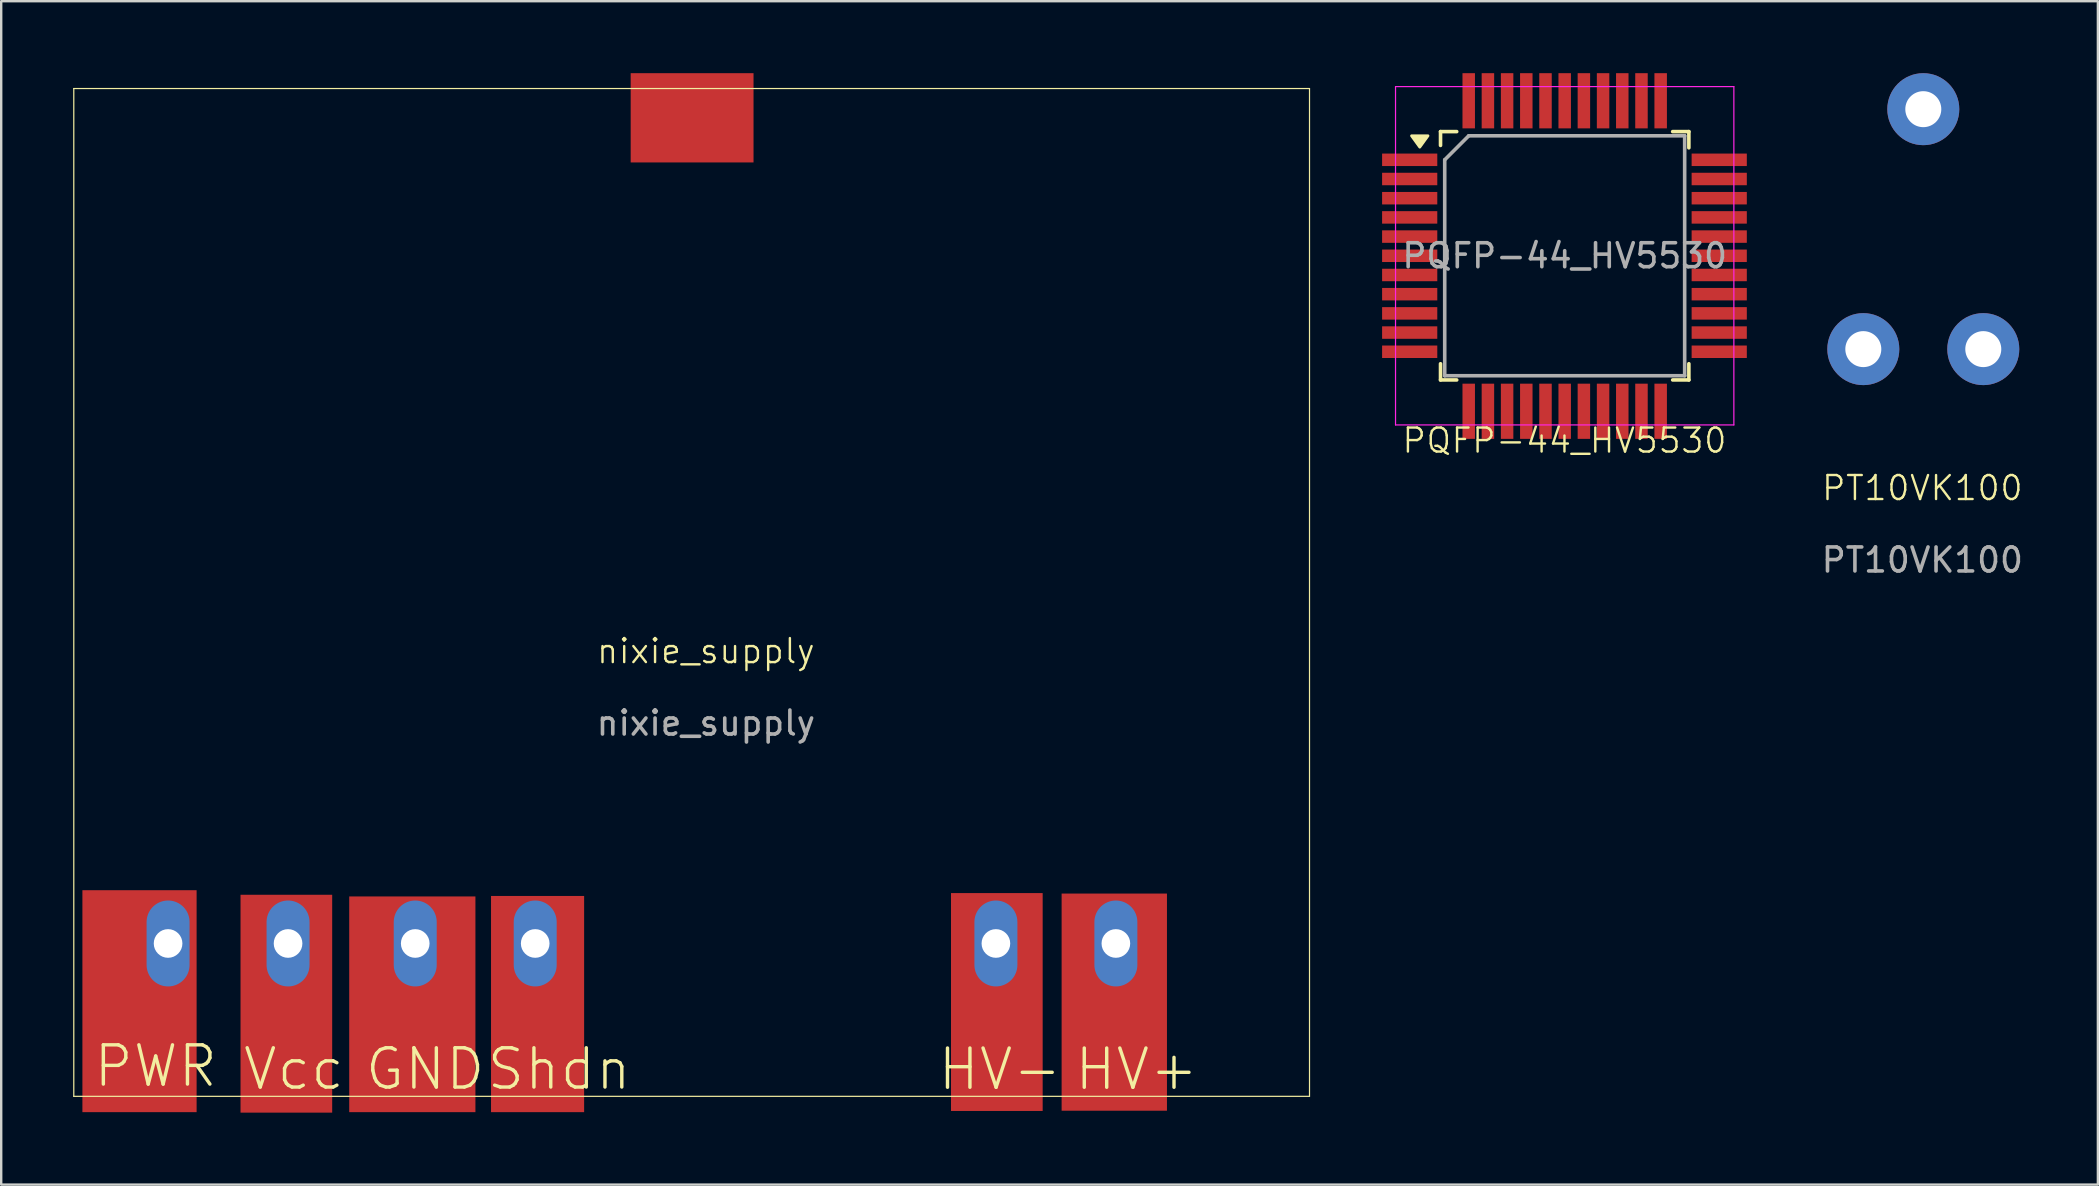
<source format=kicad_pcb>
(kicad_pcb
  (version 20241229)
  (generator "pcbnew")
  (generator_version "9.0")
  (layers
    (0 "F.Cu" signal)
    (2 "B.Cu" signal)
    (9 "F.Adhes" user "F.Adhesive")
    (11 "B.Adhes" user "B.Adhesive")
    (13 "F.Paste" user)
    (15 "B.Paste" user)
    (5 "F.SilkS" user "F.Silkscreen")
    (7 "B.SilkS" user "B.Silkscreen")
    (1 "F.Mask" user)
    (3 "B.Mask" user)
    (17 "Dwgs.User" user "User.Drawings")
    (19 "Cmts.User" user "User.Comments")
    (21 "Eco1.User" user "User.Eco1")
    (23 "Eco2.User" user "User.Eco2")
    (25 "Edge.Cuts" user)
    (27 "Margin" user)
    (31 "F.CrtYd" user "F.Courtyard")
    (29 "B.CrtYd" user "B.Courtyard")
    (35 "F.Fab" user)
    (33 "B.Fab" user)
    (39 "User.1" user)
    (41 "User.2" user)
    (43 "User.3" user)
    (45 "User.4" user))
  (footprint "nixie_supply"
    (layer "F.Cu")
    (at 26.329 22.915)
    (property "Reference" "nixie_supply" (at 0.04 1.17 0) (unlocked yes) (layer "F.SilkS") (effects (font (size 1 1) (thickness 0.1))))
    (attr smd)
    (fp_line (start -26.304 -22.275) (end -26.304 19.725) (stroke (width 0.05) (type solid)) (layer "F.SilkS"))
    (fp_line (start -26.304 19.725) (end 25.196 19.725) (stroke (width 0.05) (type solid)) (layer "F.SilkS"))
    (fp_line (start 25.196 -22.275) (end -26.304 -22.275) (stroke (width 0.05) (type solid)) (layer "F.SilkS"))
    (fp_line (start 25.196 19.725) (end 25.196 -22.275) (stroke (width 0.05) (type solid)) (layer "F.SilkS"))
    (fp_rect (start -25.955 11.122) (end -21.155 19.722) (stroke (width 0.1) (type default)) (fill no) (layer "User.1"))
    (fp_rect (start -19.355 11.322) (end -15.505 19.722) (stroke (width 0.1) (type default)) (fill no) (layer "User.1"))
    (fp_rect (start -14.805 11.392) (end -9.555 19.722) (stroke (width 0.1) (type default)) (fill no) (layer "User.1"))
    (fp_rect (start -8.905 11.372) (end -5.055 19.672) (stroke (width 0.1) (type default)) (fill no) (layer "User.1"))
    (fp_rect (start -3.055 -22.278) (end 1.995 -19.228) (stroke (width 0.1) (type default)) (fill no) (layer "User.1"))
    (fp_rect (start 10.195 11.222) (end 14.045 19.722) (stroke (width 0.1) (type default)) (fill no) (layer "User.1"))
    (fp_rect (start 14.845 11.222) (end 19.295 19.722) (stroke (width 0.1) (type default)) (fill no) (layer "User.1"))
    (fp_text user "Shdn" (at -9.168 19.545 0) (unlocked yes) (layer "F.SilkS") (effects (font (size 1.636 1.636) (thickness 0.142)) (justify left bottom)))
    (fp_text user "HV-" (at 9.626 19.555 0) (unlocked yes) (layer "F.SilkS") (effects (font (size 1.636 1.636) (thickness 0.142)) (justify left bottom)))
    (fp_text user "HV+" (at 15.326 19.555 0) (unlocked yes) (layer "F.SilkS") (effects (font (size 1.636 1.636) (thickness 0.142)) (justify left bottom)))
    (fp_text user "GND" (at -14.248 19.545 0) (unlocked yes) (layer "F.SilkS") (effects (font (size 1.636 1.636) (thickness 0.142)) (justify left bottom)))
    (fp_text user "Vcc" (at -19.328 19.545 0) (unlocked yes) (layer "F.SilkS") (effects (font (size 1.636 1.636) (thickness 0.142)) (justify left bottom)))
    (fp_text user "PWR" (at -25.555 19.422 0) (unlocked yes) (layer "F.SilkS") (effects (font (size 1.636 1.636) (thickness 0.142)) (justify left bottom)))
    (fp_text user "${REFERENCE}" (at 0.04 4.17 0) (unlocked yes) (layer "F.Fab") (effects (font (size 1 1) (thickness 0.15))))
    (pad "1" smd rect (at -23.565 15.76 90) (size 9.25 4.76) (layers "F.Cu" "F.Mask" "F.Paste"))
    (pad "1" thru_hole oval (at -22.374 13.355 90) (size 3.581 1.791) (drill 1.194) (layers "*.Cu" "*.Mask"))
    (pad "2" smd rect (at -17.445 15.865 90) (size 9.08 3.82) (layers "F.Cu" "F.Mask" "F.Paste"))
    (pad "2" thru_hole oval (at -17.374 13.355 90) (size 3.581 1.791) (drill 1.194) (layers "*.Cu" "*.Mask"))
    (pad "3" smd rect (at -12.195 15.89 90) (size 8.99 5.26) (layers "F.Cu" "F.Mask" "F.Paste"))
    (pad "3" thru_hole oval (at -12.074 13.355 90) (size 3.581 1.791) (drill 1.194) (layers "*.Cu" "*.Mask"))
    (pad "4" thru_hole oval (at -7.074 13.355 90) (size 3.581 1.791) (drill 1.194) (layers "*.Cu" "*.Mask"))
    (pad "4" smd rect (at -6.975 15.88 90) (size 9.01 3.88) (layers "F.Cu" "F.Mask" "F.Paste"))
    (pad "5" thru_hole oval (at 12.126 13.355 90) (size 3.581 1.791) (drill 1.194) (layers "*.Cu" "*.Mask"))
    (pad "5" smd rect (at 12.165 15.795 90) (size 9.08 3.82) (layers "F.Cu" "F.Mask" "F.Paste"))
    (pad "6" smd rect (at 17.06 15.8 90) (size 9.05 4.39) (layers "F.Cu" "F.Mask" "F.Paste"))
    (pad "6" thru_hole oval (at 17.126 13.355 90) (size 3.581 1.791) (drill 1.194) (layers "*.Cu" "*.Mask"))
    (pad "7" smd rect (at -0.535 -21.055) (size 5.12 3.72) (layers "F.Cu" "F.Mask" "F.Paste"))
    (zone (net_name "") (layers "F.Cu" "B.Cu" "F.CrtYd") (hatch edge 0.5) (connect_pads) (min_thickness 0.25) (filled_areas_thickness no) (keepout (tracks not_allowed) (vias not_allowed) (pads not_allowed) (copperpour allowed) (footprints allowed)) (placement (enabled no)) (fill) (polygon (pts (xy 20.444 7.92) (xy 20.444 19.35) (xy 20.084 19.71) (xy 4.064 19.71) (xy 4.064 7.94) (xy 4.084 7.92)))))
  (footprint "PQFP-44_HV5530"
    (layer "F.Cu")
    (at 62.15 7.63)
    (property "Reference" "PQFP-44_HV5530" (at 0 7.68 0) (unlocked yes) (layer "F.SilkS") (effects (font (size 1 1) (thickness 0.1))))
    (attr smd)
    (fp_line (start -5.165 -5.195) (end -5.165 -4.62) (stroke (width 0.15) (type solid)) (layer "F.SilkS"))
    (fp_line (start -5.165 -5.195) (end -4.49 -5.195) (stroke (width 0.15) (type solid)) (layer "F.SilkS"))
    (fp_line (start -5.165 5.155) (end -5.165 4.48) (stroke (width 0.15) (type solid)) (layer "F.SilkS"))
    (fp_line (start -5.165 5.155) (end -4.49 5.155) (stroke (width 0.15) (type solid)) (layer "F.SilkS"))
    (fp_line (start 5.185 -5.195) (end 4.51 -5.195) (stroke (width 0.15) (type solid)) (layer "F.SilkS"))
    (fp_line (start 5.185 -5.195) (end 5.185 -4.52) (stroke (width 0.15) (type solid)) (layer "F.SilkS"))
    (fp_line (start 5.185 5.155) (end 4.51 5.155) (stroke (width 0.15) (type solid)) (layer "F.SilkS"))
    (fp_line (start 5.185 5.155) (end 5.185 4.48) (stroke (width 0.15) (type solid)) (layer "F.SilkS"))
    (fp_poly (pts (xy -6.03 -4.55) (xy -6.37 -5.02) (xy -5.69 -5.02) (xy -6.03 -4.55)) (stroke (width 0.12) (type solid)) (fill yes) (layer "F.SilkS"))
    (fp_line (start -7.04 -7.07) (end -7.04 7.03) (stroke (width 0.05) (type solid)) (layer "F.CrtYd"))
    (fp_line (start -7.04 -7.07) (end 7.06 -7.07) (stroke (width 0.05) (type solid)) (layer "F.CrtYd"))
    (fp_line (start -7.04 7.03) (end 7.06 7.03) (stroke (width 0.05) (type solid)) (layer "F.CrtYd"))
    (fp_line (start 7.06 -7.07) (end 7.06 7.03) (stroke (width 0.05) (type solid)) (layer "F.CrtYd"))
    (fp_line (start -4.99 -4.02) (end -3.99 -5.02) (stroke (width 0.15) (type solid)) (layer "F.Fab"))
    (fp_line (start -4.99 4.98) (end -4.99 -4.02) (stroke (width 0.15) (type solid)) (layer "F.Fab"))
    (fp_line (start -3.99 -5.02) (end 5.01 -5.02) (stroke (width 0.15) (type solid)) (layer "F.Fab"))
    (fp_line (start 5.01 -5.02) (end 5.01 4.98) (stroke (width 0.15) (type solid)) (layer "F.Fab"))
    (fp_line (start 5.01 4.98) (end -4.99 4.98) (stroke (width 0.15) (type solid)) (layer "F.Fab"))
    (fp_text user "${REFERENCE}" (at 0.01 -0.02 0) (layer "F.Fab") (effects (font (size 1 1) (thickness 0.15))))
    (pad "1" smd rect (at -6.45 -4.02) (size 2.3 0.52) (layers "F.Cu" "F.Mask" "F.Paste"))
    (pad "2" smd rect (at -6.45 -3.22) (size 2.3 0.52) (layers "F.Cu" "F.Mask" "F.Paste"))
    (pad "3" smd rect (at -6.45 -2.42) (size 2.3 0.52) (layers "F.Cu" "F.Mask" "F.Paste"))
    (pad "4" smd rect (at -6.45 -1.62) (size 2.3 0.52) (layers "F.Cu" "F.Mask" "F.Paste"))
    (pad "5" smd rect (at -6.45 -0.82) (size 2.3 0.52) (layers "F.Cu" "F.Mask" "F.Paste"))
    (pad "6" smd rect (at -6.45 -0.02) (size 2.3 0.52) (layers "F.Cu" "F.Mask" "F.Paste"))
    (pad "7" smd rect (at -6.45 0.78) (size 2.3 0.52) (layers "F.Cu" "F.Mask" "F.Paste"))
    (pad "8" smd rect (at -6.45 1.58) (size 2.3 0.52) (layers "F.Cu" "F.Mask" "F.Paste"))
    (pad "9" smd rect (at -6.45 2.38) (size 2.3 0.52) (layers "F.Cu" "F.Mask" "F.Paste"))
    (pad "10" smd rect (at -6.45 3.18) (size 2.3 0.52) (layers "F.Cu" "F.Mask" "F.Paste"))
    (pad "11" smd rect (at -6.45 3.98) (size 2.3 0.52) (layers "F.Cu" "F.Mask" "F.Paste"))
    (pad "12" smd rect (at -3.99 6.46) (size 0.52 2.3) (layers "F.Cu" "F.Mask" "F.Paste"))
    (pad "13" smd rect (at -3.19 6.46) (size 0.52 2.3) (layers "F.Cu" "F.Mask" "F.Paste"))
    (pad "14" smd rect (at -2.39 6.46) (size 0.52 2.3) (layers "F.Cu" "F.Mask" "F.Paste"))
    (pad "15" smd rect (at -1.59 6.46) (size 0.52 2.3) (layers "F.Cu" "F.Mask" "F.Paste"))
    (pad "16" smd rect (at -0.79 6.46) (size 0.52 2.3) (layers "F.Cu" "F.Mask" "F.Paste"))
    (pad "17" smd rect (at 0.01 6.46) (size 0.52 2.3) (layers "F.Cu" "F.Mask" "F.Paste"))
    (pad "18" smd rect (at 0.81 6.46) (size 0.52 2.3) (layers "F.Cu" "F.Mask" "F.Paste"))
    (pad "19" smd rect (at 1.61 6.46) (size 0.52 2.3) (layers "F.Cu" "F.Mask" "F.Paste"))
    (pad "20" smd rect (at 2.41 6.46) (size 0.52 2.3) (layers "F.Cu" "F.Mask" "F.Paste"))
    (pad "21" smd rect (at 3.21 6.46) (size 0.52 2.3) (layers "F.Cu" "F.Mask" "F.Paste"))
    (pad "22" smd rect (at 4.01 6.46) (size 0.52 2.3) (layers "F.Cu" "F.Mask" "F.Paste"))
    (pad "23" smd rect (at 6.45 3.98) (size 2.3 0.52) (layers "F.Cu" "F.Mask" "F.Paste"))
    (pad "24" smd rect (at 6.45 3.18) (size 2.3 0.52) (layers "F.Cu" "F.Mask" "F.Paste"))
    (pad "25" smd rect (at 6.45 2.38) (size 2.3 0.52) (layers "F.Cu" "F.Mask" "F.Paste"))
    (pad "26" smd rect (at 6.45 1.58) (size 2.3 0.52) (layers "F.Cu" "F.Mask" "F.Paste"))
    (pad "27" smd rect (at 6.45 0.78) (size 2.3 0.52) (layers "F.Cu" "F.Mask" "F.Paste"))
    (pad "28" smd rect (at 6.45 -0.02) (size 2.3 0.52) (layers "F.Cu" "F.Mask" "F.Paste"))
    (pad "29" smd rect (at 6.45 -0.82) (size 2.3 0.52) (layers "F.Cu" "F.Mask" "F.Paste"))
    (pad "30" smd rect (at 6.45 -1.62) (size 2.3 0.52) (layers "F.Cu" "F.Mask" "F.Paste"))
    (pad "31" smd rect (at 6.45 -2.42) (size 2.3 0.52) (layers "F.Cu" "F.Mask" "F.Paste"))
    (pad "32" smd rect (at 6.45 -3.22) (size 2.3 0.52) (layers "F.Cu" "F.Mask" "F.Paste"))
    (pad "33" smd rect (at 6.45 -4.02) (size 2.3 0.52) (layers "F.Cu" "F.Mask" "F.Paste"))
    (pad "34" smd rect (at 4.01 -6.48) (size 0.52 2.3) (layers "F.Cu" "F.Mask" "F.Paste"))
    (pad "35" smd rect (at 3.21 -6.48) (size 0.52 2.3) (layers "F.Cu" "F.Mask" "F.Paste"))
    (pad "36" smd rect (at 2.41 -6.48) (size 0.52 2.3) (layers "F.Cu" "F.Mask" "F.Paste"))
    (pad "37" smd rect (at 1.61 -6.48) (size 0.52 2.3) (layers "F.Cu" "F.Mask" "F.Paste"))
    (pad "38" smd rect (at 0.81 -6.48) (size 0.52 2.3) (layers "F.Cu" "F.Mask" "F.Paste"))
    (pad "39" smd rect (at 0.01 -6.48) (size 0.52 2.3) (layers "F.Cu" "F.Mask" "F.Paste"))
    (pad "40" smd rect (at -0.79 -6.48) (size 0.52 2.3) (layers "F.Cu" "F.Mask" "F.Paste"))
    (pad "41" smd rect (at -1.59 -6.48) (size 0.52 2.3) (layers "F.Cu" "F.Mask" "F.Paste"))
    (pad "42" smd rect (at -2.39 -6.48) (size 0.52 2.3) (layers "F.Cu" "F.Mask" "F.Paste"))
    (pad "43" smd rect (at -3.19 -6.48) (size 0.52 2.3) (layers "F.Cu" "F.Mask" "F.Paste"))
    (pad "44" smd rect (at -3.99 -6.48) (size 0.52 2.3) (layers "F.Cu" "F.Mask" "F.Paste")))
  (footprint "PT10VK100"
    (layer "F.Cu")
    (at 77.105 11.5)
    (property "Reference" "PT10VK100" (at -0.04 5.79 0) (unlocked yes) (layer "F.SilkS") (effects (font (size 1 1) (thickness 0.1))))
    (attr smd)
    (fp_text user "${REFERENCE}" (at -0.04 8.79 0) (unlocked yes) (layer "F.Fab") (effects (font (size 1 1) (thickness 0.15))))
    (pad "1" thru_hole circle (at -2.5 0) (size 3 3) (drill 1.5) (layers "*.Cu" "*.Mask"))
    (pad "2" thru_hole circle (at 0 -10) (size 3 3) (drill 1.5) (layers "*.Cu" "*.Mask"))
    (pad "3" thru_hole circle (at 2.5 0) (size 3 3) (drill 1.5) (layers "*.Cu" "*.Mask")))
  (gr_rect
    (start -3 -3)
    (end 84.381 46.32)
    (stroke (width 0.1) (type default))
    (fill no)
    (layer "Edge.Cuts")))
</source>
